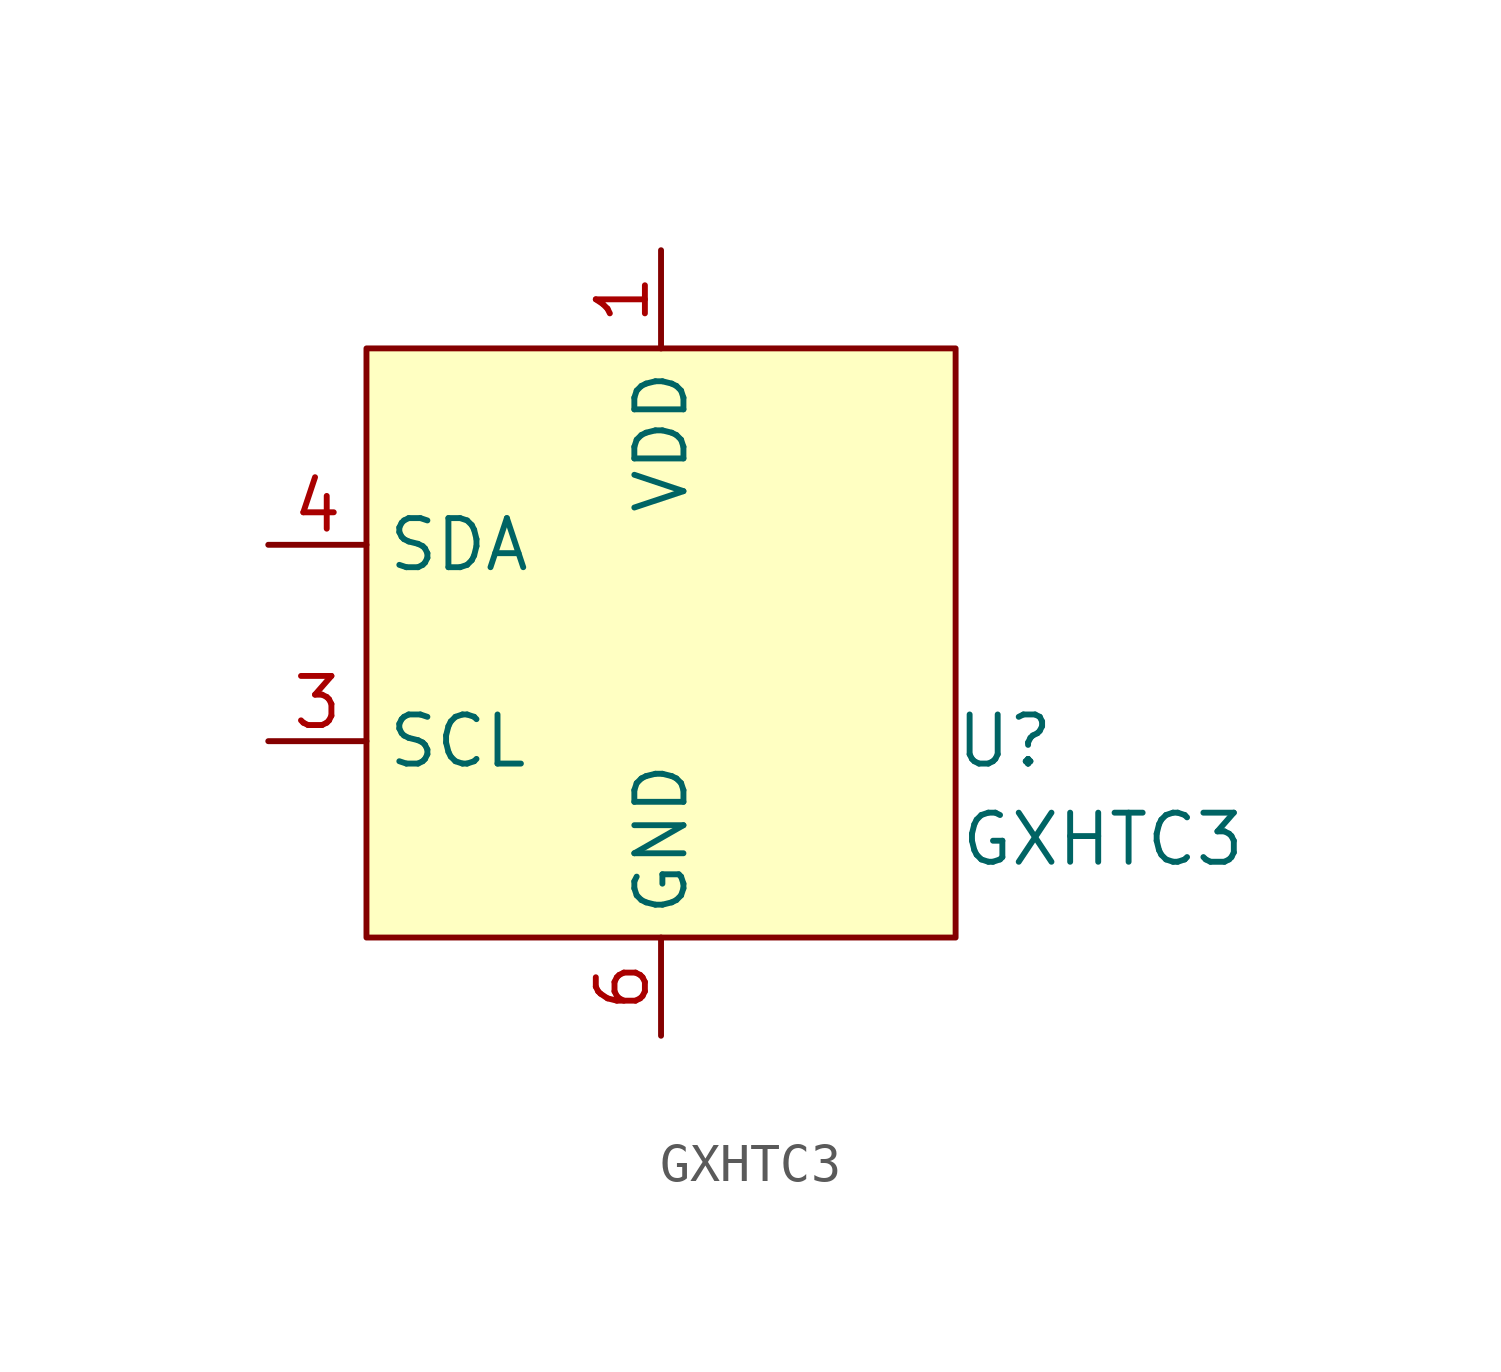
<source format=kicad_sym>
(kicad_symbol_lib
  (version 20220914)
  (generator kicad_symbol_editor)
  (symbol "GXHTC3"
    (property "Reference" "U"
      (at 8.89 -2.54 0)
      (effects (font (size 1.27 1.27))))
    (property "Value" "GXHTC3"
      (at 11.43 -5.08 0)
      (effects (font (size 1.27 1.27))))
    (symbol "GXHTC3_0_0"
      (text "" (at 7.62 -2.54 0) (effects (font (size 1.27 1.27)))))
    (symbol "GXHTC3_1_1"
      (rectangle (start -7.62 7.62) (end 7.62 -7.62) (stroke (width 0) (type default)) (fill (type background)))
      (pin power_in line (at 0 10.16 270) (length 2.54) (name "VDD" (effects (font (size 1.27 1.27)))) (number "1" (effects (font (size 1.27 1.27)))))
      (pin no_connect line (at 10.16 5.08 180) (length 2.54) hide (name "NC" (effects (font (size 1.27 1.27)))) (number "2" (effects (font (size 1.27 1.27)))))
      (pin bidirectional line (at -10.16 -2.54 0) (length 2.54) (name "SCL" (effects (font (size 1.27 1.27)))) (number "3" (effects (font (size 1.27 1.27)))))
      (pin bidirectional line (at -10.16 2.54 0) (length 2.54) (name "SDA" (effects (font (size 1.27 1.27)))) (number "4" (effects (font (size 1.27 1.27)))))
      (pin no_connect line (at 10.16 1.27 180) (length 2.54) hide (name "NC" (effects (font (size 1.27 1.27)))) (number "5" (effects (font (size 1.27 1.27)))))
      (pin power_in line (at 0 -10.16 90) (length 2.54) (name "GND" (effects (font (size 1.27 1.27)))) (number "6" (effects (font (size 1.27 1.27))))))))
</source>
